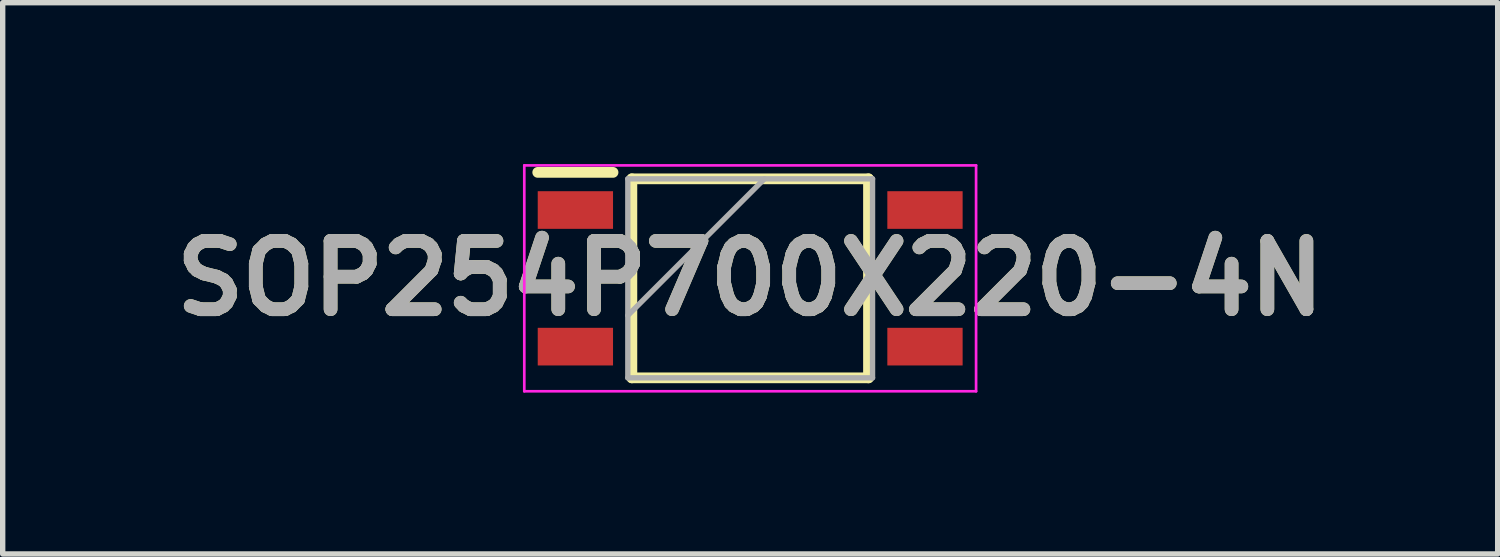
<source format=kicad_pcb>
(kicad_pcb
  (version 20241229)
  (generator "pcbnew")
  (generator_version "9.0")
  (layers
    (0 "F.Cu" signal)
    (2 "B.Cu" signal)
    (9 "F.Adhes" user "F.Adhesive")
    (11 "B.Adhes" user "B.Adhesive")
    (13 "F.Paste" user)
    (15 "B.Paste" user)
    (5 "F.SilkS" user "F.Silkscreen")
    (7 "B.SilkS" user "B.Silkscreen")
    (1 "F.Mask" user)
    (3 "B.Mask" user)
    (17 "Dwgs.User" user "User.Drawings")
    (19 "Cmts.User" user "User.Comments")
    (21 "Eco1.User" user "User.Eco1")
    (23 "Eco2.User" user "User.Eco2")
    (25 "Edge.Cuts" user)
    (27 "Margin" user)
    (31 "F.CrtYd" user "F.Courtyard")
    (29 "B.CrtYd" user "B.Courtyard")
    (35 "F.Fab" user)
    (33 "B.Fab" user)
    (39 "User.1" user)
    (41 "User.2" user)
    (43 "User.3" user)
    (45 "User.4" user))
  (footprint "SOP254P700X220-4N"
    (layer "F.Cu")
    (at 10.898 2.125)
    (property "Reference" "SOP254P700X220-4N" (at 0 0 0) (layer "F.SilkS") (effects (font (size 1.27 1.27) (thickness 0.254))))
    (attr smd)
    (fp_line (start -3.95 -1.97) (end -2.55 -1.97) (stroke (width 0.2) (type solid)) (layer "F.SilkS"))
    (fp_line (start -2.2 -1.85) (end 2.2 -1.85) (stroke (width 0.2) (type solid)) (layer "F.SilkS"))
    (fp_line (start -2.2 1.85) (end -2.2 -1.85) (stroke (width 0.2) (type solid)) (layer "F.SilkS"))
    (fp_line (start 2.2 -1.85) (end 2.2 1.85) (stroke (width 0.2) (type solid)) (layer "F.SilkS"))
    (fp_line (start 2.2 1.85) (end -2.2 1.85) (stroke (width 0.2) (type solid)) (layer "F.SilkS"))
    (fp_line (start -4.2 -2.1) (end 4.2 -2.1) (stroke (width 0.05) (type solid)) (layer "F.CrtYd"))
    (fp_line (start -4.2 2.1) (end -4.2 -2.1) (stroke (width 0.05) (type solid)) (layer "F.CrtYd"))
    (fp_line (start 4.2 -2.1) (end 4.2 2.1) (stroke (width 0.05) (type solid)) (layer "F.CrtYd"))
    (fp_line (start 4.2 2.1) (end -4.2 2.1) (stroke (width 0.05) (type solid)) (layer "F.CrtYd"))
    (fp_line (start -2.275 -1.85) (end 2.275 -1.85) (stroke (width 0.1) (type solid)) (layer "F.Fab"))
    (fp_line (start -2.275 0.69) (end 0.265 -1.85) (stroke (width 0.1) (type solid)) (layer "F.Fab"))
    (fp_line (start -2.275 1.85) (end -2.275 -1.85) (stroke (width 0.1) (type solid)) (layer "F.Fab"))
    (fp_line (start 2.275 -1.85) (end 2.275 1.85) (stroke (width 0.1) (type solid)) (layer "F.Fab"))
    (fp_line (start 2.275 1.85) (end -2.275 1.85) (stroke (width 0.1) (type solid)) (layer "F.Fab"))
    (fp_text user "${REFERENCE}" (at 0 0 0) (layer "F.Fab") (effects (font (size 1.27 1.27) (thickness 0.254))))
    (pad "1" smd rect (at -3.25 -1.27 90) (size 0.7 1.4) (layers "F.Cu" "F.Mask" "F.Paste"))
    (pad "2" smd rect (at -3.25 1.27 90) (size 0.7 1.4) (layers "F.Cu" "F.Mask" "F.Paste"))
    (pad "3" smd rect (at 3.25 1.27 90) (size 0.7 1.4) (layers "F.Cu" "F.Mask" "F.Paste"))
    (pad "4" smd rect (at 3.25 -1.27 90) (size 0.7 1.4) (layers "F.Cu" "F.Mask" "F.Paste")))
  (gr_rect
    (start -3 -3)
    (end 24.796 7.25)
    (stroke (width 0.1) (type default))
    (fill no)
    (layer "Edge.Cuts")))
</source>
